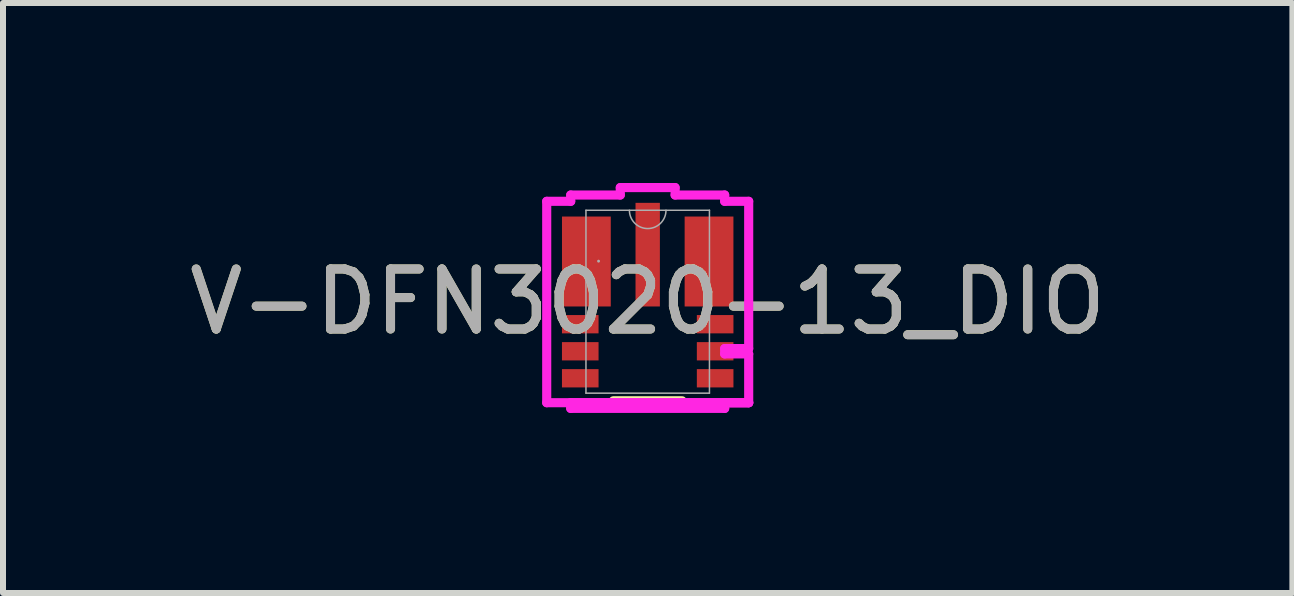
<source format=kicad_pcb>
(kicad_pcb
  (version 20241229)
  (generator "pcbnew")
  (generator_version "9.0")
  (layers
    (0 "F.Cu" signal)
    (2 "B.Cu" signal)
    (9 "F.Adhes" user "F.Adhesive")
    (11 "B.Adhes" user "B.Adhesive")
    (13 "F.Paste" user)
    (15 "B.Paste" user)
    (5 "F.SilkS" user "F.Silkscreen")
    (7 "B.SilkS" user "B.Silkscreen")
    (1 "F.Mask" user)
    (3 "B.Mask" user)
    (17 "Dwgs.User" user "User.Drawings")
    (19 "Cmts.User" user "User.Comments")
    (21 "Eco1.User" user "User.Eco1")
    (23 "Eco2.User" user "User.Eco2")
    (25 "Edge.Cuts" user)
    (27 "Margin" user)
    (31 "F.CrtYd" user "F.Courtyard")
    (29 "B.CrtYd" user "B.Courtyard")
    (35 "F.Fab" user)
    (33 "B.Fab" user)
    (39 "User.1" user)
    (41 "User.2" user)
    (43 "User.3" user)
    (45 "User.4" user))
  (footprint "V-DFN3020-13_DIO"
    (layer "F.Cu")
    (at 7.744 1.978)
    (property "Reference" "V-DFN3020-13_DIO" (at 0 0 0) (unlocked yes) (layer "F.SilkS") (effects (font (size 1 1) (thickness 0.15))))
    (attr smd)
    (fp_line (start -0.572 1.651) (end 0.572 1.651) (stroke (width 0.152) (type solid)) (layer "F.SilkS"))
    (fp_line (start -1.683 -1.673) (end -1.683 1.683) (stroke (width 0.152) (type solid)) (layer "F.CrtYd"))
    (fp_line (start -1.683 1.683) (end 1.683 1.683) (stroke (width 0.152) (type solid)) (layer "F.CrtYd"))
    (fp_line (start -1.283 -1.778) (end -1.283 -1.673) (stroke (width 0.152) (type solid)) (layer "F.CrtYd"))
    (fp_line (start -1.283 -1.673) (end -1.683 -1.673) (stroke (width 0.152) (type solid)) (layer "F.CrtYd"))
    (fp_line (start -1.283 1.683) (end -1.283 1.778) (stroke (width 0.152) (type solid)) (layer "F.CrtYd"))
    (fp_line (start -1.283 1.778) (end 1.283 1.778) (stroke (width 0.152) (type solid)) (layer "F.CrtYd"))
    (fp_line (start -0.457 -1.902) (end -0.457 -1.778) (stroke (width 0.152) (type solid)) (layer "F.CrtYd"))
    (fp_line (start -0.457 -1.778) (end -1.283 -1.778) (stroke (width 0.152) (type solid)) (layer "F.CrtYd"))
    (fp_line (start 0.457 -1.902) (end -0.457 -1.902) (stroke (width 0.152) (type solid)) (layer "F.CrtYd"))
    (fp_line (start 0.457 -1.778) (end 0.457 -1.902) (stroke (width 0.152) (type solid)) (layer "F.CrtYd"))
    (fp_line (start 1.283 -1.778) (end 0.457 -1.778) (stroke (width 0.152) (type solid)) (layer "F.CrtYd"))
    (fp_line (start 1.283 -1.673) (end 1.283 -1.778) (stroke (width 0.152) (type solid)) (layer "F.CrtYd"))
    (fp_line (start 1.283 0.781) (end 1.683 0.781) (stroke (width 0.152) (type solid)) (layer "F.CrtYd"))
    (fp_line (start 1.283 0.87) (end 1.283 0.781) (stroke (width 0.152) (type solid)) (layer "F.CrtYd"))
    (fp_line (start 1.283 1.683) (end 1.683 1.683) (stroke (width 0.152) (type solid)) (layer "F.CrtYd"))
    (fp_line (start 1.283 1.778) (end 1.283 1.683) (stroke (width 0.152) (type solid)) (layer "F.CrtYd"))
    (fp_line (start 1.683 -1.673) (end 1.283 -1.673) (stroke (width 0.152) (type solid)) (layer "F.CrtYd"))
    (fp_line (start 1.683 0.781) (end 1.683 -1.673) (stroke (width 0.152) (type solid)) (layer "F.CrtYd"))
    (fp_line (start 1.683 0.87) (end 1.283 0.87) (stroke (width 0.152) (type solid)) (layer "F.CrtYd"))
    (fp_line (start 1.683 1.683) (end -1.283 1.683) (stroke (width 0.152) (type solid)) (layer "F.CrtYd"))
    (fp_line (start 1.683 1.683) (end 1.683 0.87) (stroke (width 0.152) (type solid)) (layer "F.CrtYd"))
    (fp_line (start -1.029 -1.524) (end -1.029 1.524) (stroke (width 0.025) (type solid)) (layer "F.Fab"))
    (fp_line (start -1.029 1.524) (end 1.029 1.524) (stroke (width 0.025) (type solid)) (layer "F.Fab"))
    (fp_line (start 1.029 -1.524) (end -1.029 -1.524) (stroke (width 0.025) (type solid)) (layer "F.Fab"))
    (fp_line (start 1.029 1.524) (end 1.029 -1.524) (stroke (width 0.025) (type solid)) (layer "F.Fab"))
    (fp_arc (start 0.3048 -1.524) (mid 0 -1.2192) (end -0.3048 -1.524) (stroke (width 0.0254) (type solid)) (layer "F.Fab"))
    (fp_circle (center -0.819 -0.676) (end -0.819 -0.676) (stroke (width 0.025) (type solid)) (fill no) (layer "F.Fab"))
    (fp_text user "${REFERENCE}" (at 0 0 0) (unlocked yes) (layer "F.Fab") (effects (font (size 1 1) (thickness 0.15))))
    (pad "1" smd rect (at -1.022 -0.67) (size 0.813 1.499) (layers "F.Cu" "F.Mask" "F.Paste"))
    (pad "2" smd rect (at -1.124 0.375) (size 0.61 0.305) (layers "F.Cu" "F.Mask" "F.Paste"))
    (pad "3" smd rect (at -1.124 0.826) (size 0.61 0.305) (layers "F.Cu" "F.Mask" "F.Paste"))
    (pad "4" smd rect (at -1.124 1.276) (size 0.61 0.305) (layers "F.Cu" "F.Mask" "F.Paste"))
    (pad "5" smd rect (at 1.124 1.276) (size 0.61 0.305) (layers "F.Cu" "F.Mask" "F.Paste"))
    (pad "6" smd rect (at 1.124 0.826) (size 0.61 0.305) (layers "F.Cu" "F.Mask" "F.Paste"))
    (pad "7" smd rect (at 1.124 0.375) (size 0.61 0.305) (layers "F.Cu" "F.Mask" "F.Paste"))
    (pad "8" smd rect (at 1.022 -0.67) (size 0.813 1.499) (layers "F.Cu" "F.Mask" "F.Paste"))
    (pad "9" smd rect (at 0 -0.784) (size 0.406 1.727) (layers "F.Cu" "F.Mask")))
  (gr_rect
    (start -3 -3)
    (end 18.488 6.832)
    (stroke (width 0.1) (type default))
    (fill no)
    (layer "Edge.Cuts")))
</source>
